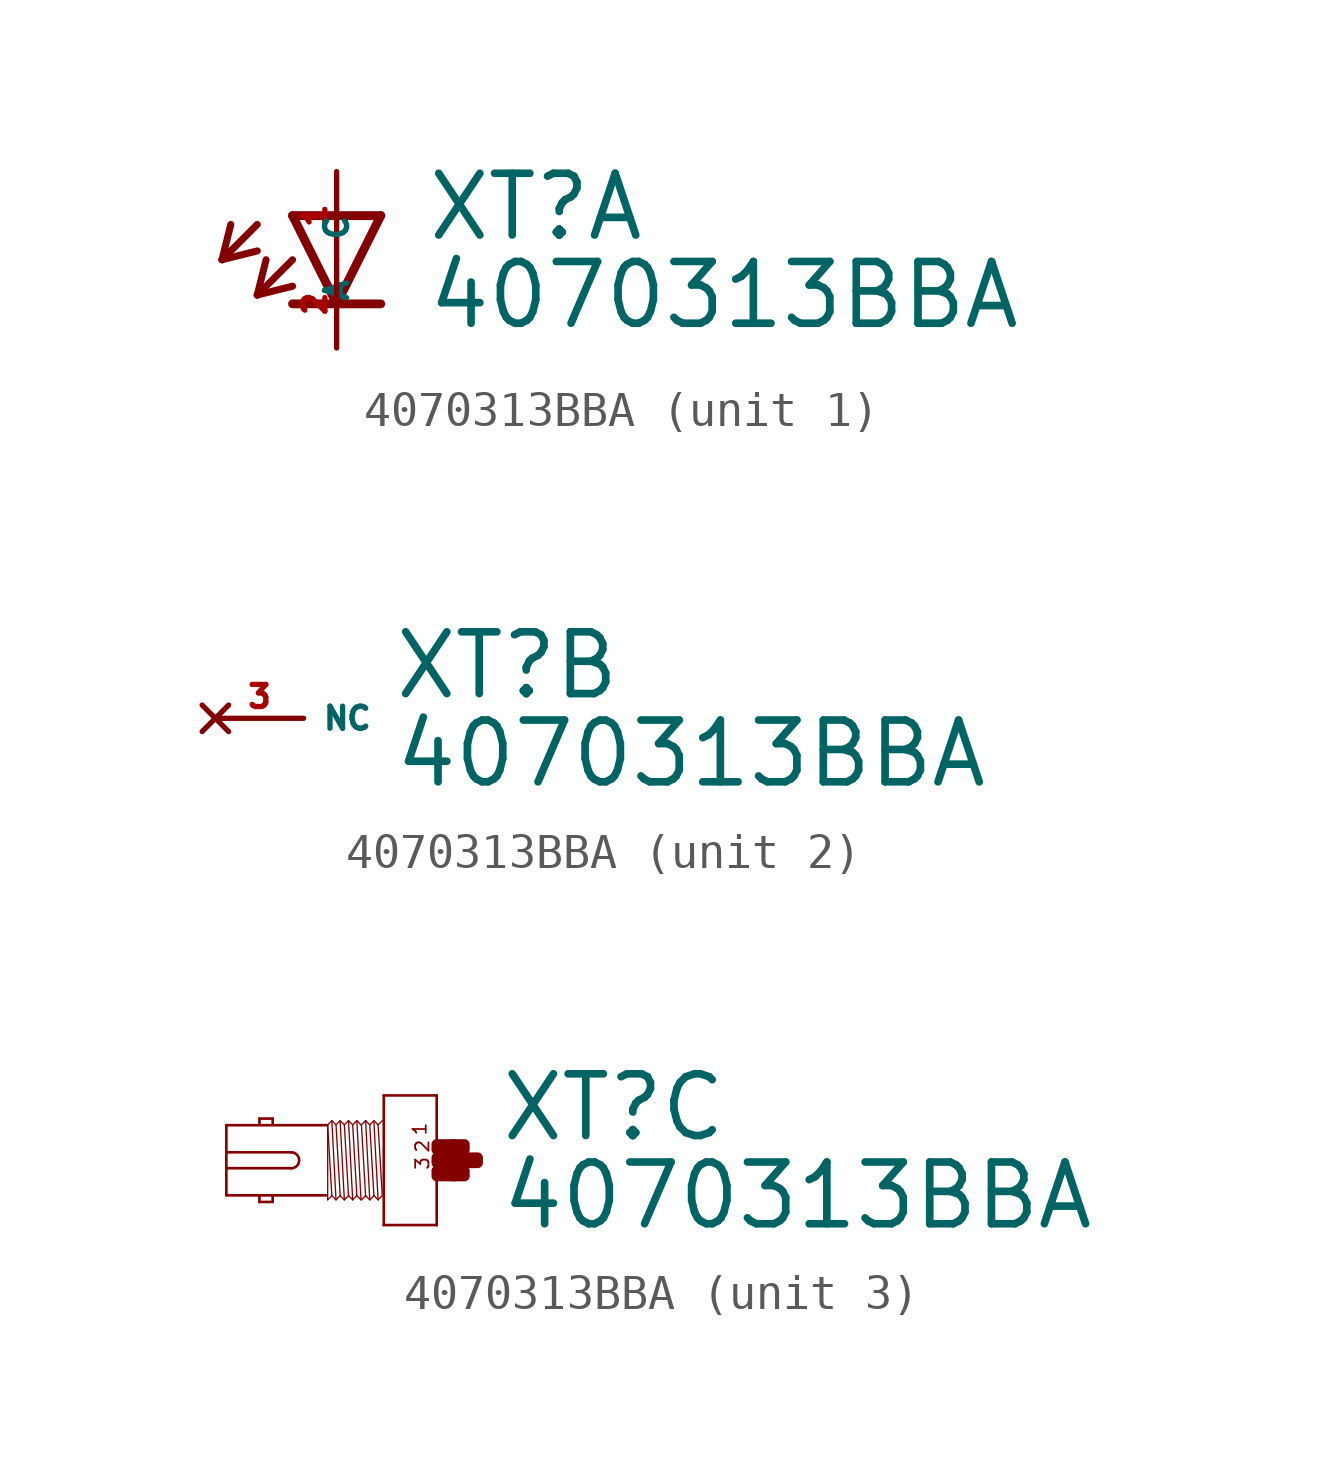
<source format=kicad_sym>
(kicad_symbol_lib
  (version 20220914)
  (generator Eagle2Kicad)
  (symbol "4070313BBA"
    (property "Reference" "XT"
      (at 2.54 0.483 0)
      (effects (font (size 1.778 1.778) (thickness 0.22)) (justify left bottom)))
    (property "Value" "4070313BBA"
      (at 2.54 -2.057 0)
      (effects (font (size 1.778 1.778) (thickness 0.22)) (justify left bottom)))
    (symbol "4070313BBA_1_0"
      (polyline (pts (xy -1.27 1.27) (xy 0 -1.27)) (stroke (width 0.254) (type default)) (fill (type none)))
      (polyline (pts (xy 0 -1.27) (xy 1.27 1.27)) (stroke (width 0.254) (type default)) (fill (type none)))
      (polyline (pts (xy 1.27 -1.27) (xy 0 -1.27)) (stroke (width 0.254) (type default)) (fill (type none)))
      (polyline (pts (xy 1.27 1.27) (xy -1.27 1.27)) (stroke (width 0.254) (type default)) (fill (type none)))
      (polyline (pts (xy 0 -1.27) (xy -1.27 -1.27)) (stroke (width 0.254) (type default)) (fill (type none)))
      (polyline (pts (xy -2.286 1.016) (xy -3.302 0)) (stroke (width 0.203) (type default)) (fill (type none)))
      (polyline (pts (xy -3.302 0) (xy -2.286 0.254)) (stroke (width 0.203) (type default)) (fill (type none)))
      (polyline (pts (xy -3.302 0) (xy -3.048 1.016)) (stroke (width 0.203) (type default)) (fill (type none)))
      (polyline (pts (xy -1.27 0) (xy -2.286 -1.016)) (stroke (width 0.203) (type default)) (fill (type none)))
      (polyline (pts (xy -2.286 -1.016) (xy -1.27 -0.762)) (stroke (width 0.203) (type default)) (fill (type none)))
      (polyline (pts (xy -2.286 -1.016) (xy -2.032 0)) (stroke (width 0.203) (type default)) (fill (type none)))
      (pin passive line (at 0 2.54 270) (length 2.54) (name "A" (effects (font (size 0.635 0.635) (thickness 0.08)) (justify left bottom))) (number "1" (effects (font (size 0.635 0.635) (thickness 0.08)) (justify left bottom))))
      (pin passive line (at 0 -2.54 90) (length 2.54) (name "C" (effects (font (size 0.635 0.635) (thickness 0.08)) (justify left bottom))) (number "2" (effects (font (size 0.635 0.635) (thickness 0.08)) (justify left bottom)))))
    (symbol "4070313BBA_2_0"
      (pin no_connect line (at -2.54 0 0) (length 2.54) (name "NC" (effects (font (size 0.635 0.635) (thickness 0.08)) (justify left bottom) hide)) (number "3" (effects (font (size 0.635 0.635) (thickness 0.08)) (justify left bottom) hide))))
    (symbol "4070313BBA_3_0"
      (polyline (pts (xy 0.762 1.867) (xy 0.762 -1.867)) (stroke (width 0.076) (type default)) (fill (type none)))
      (polyline (pts (xy 0.762 -1.867) (xy -0.762 -1.867)) (stroke (width 0.076) (type default)) (fill (type none)))
      (polyline (pts (xy -0.762 -1.867) (xy -0.762 1.867)) (stroke (width 0.076) (type default)) (fill (type none)))
      (polyline (pts (xy -0.762 1.867) (xy 0.762 1.867)) (stroke (width 0.076) (type default)) (fill (type none)))
      (polyline (pts (xy -2.419 1.01) (xy -5.296 1.01)) (stroke (width 0.076) (type default)) (fill (type none)))
      (polyline (pts (xy -5.296 1.01) (xy -5.296 0.229)) (stroke (width 0.076) (type default)) (fill (type none)))
      (polyline (pts (xy -5.296 0.229) (xy -5.296 -0.229)) (stroke (width 0.076) (type default)) (fill (type none)))
      (polyline (pts (xy -5.296 -0.229) (xy -5.296 -1.01)) (stroke (width 0.076) (type default)) (fill (type none)))
      (polyline (pts (xy -5.296 -1.01) (xy -2.419 -1.01)) (stroke (width 0.076) (type default)) (fill (type none)))
      (polyline (pts (xy -3.962 -1.029) (xy -3.962 -1.2)) (stroke (width 0.076) (type default)) (fill (type none)))
      (polyline (pts (xy -3.962 -1.2) (xy -4.343 -1.2)) (stroke (width 0.076) (type default)) (fill (type none)))
      (polyline (pts (xy -4.343 -1.2) (xy -4.343 -1.029)) (stroke (width 0.076) (type default)) (fill (type none)))
      (polyline (pts (xy -4.343 1.029) (xy -4.343 1.2)) (stroke (width 0.076) (type default)) (fill (type none)))
      (polyline (pts (xy -4.343 1.2) (xy -3.962 1.2)) (stroke (width 0.076) (type default)) (fill (type none)))
      (polyline (pts (xy -3.962 1.2) (xy -3.962 1.029)) (stroke (width 0.076) (type default)) (fill (type none)))
      (polyline (pts (xy -2.258 1.14) (xy -2.138 -1.14)) (stroke (width 0.038) (type default)) (fill (type none)))
      (polyline (pts (xy -2.018 1.099) (xy -1.898 -1.14)) (stroke (width 0.038) (type default)) (fill (type none)))
      (polyline (pts (xy -1.898 1.02) (xy -1.778 -1.02)) (stroke (width 0.038) (type default)) (fill (type none)))
      (polyline (pts (xy -1.778 1.14) (xy -1.658 -1.14)) (stroke (width 0.038) (type default)) (fill (type none)))
      (polyline (pts (xy -1.538 1.14) (xy -1.418 -1.14)) (stroke (width 0.038) (type default)) (fill (type none)))
      (polyline (pts (xy -2.378 -1.14) (xy -2.378 0.999)) (stroke (width 0.038) (type default)) (fill (type none)))
      (polyline (pts (xy -2.378 -1.14) (xy -2.258 -1.02)) (stroke (width 0.038) (type default)) (fill (type none)))
      (polyline (pts (xy -2.258 -1.02) (xy -2.138 -1.14)) (stroke (width 0.038) (type default)) (fill (type none)))
      (polyline (pts (xy -2.138 -1.14) (xy -2.018 -1.02)) (stroke (width 0.038) (type default)) (fill (type none)))
      (polyline (pts (xy -2.018 -1.02) (xy -1.898 -1.14)) (stroke (width 0.038) (type default)) (fill (type none)))
      (polyline (pts (xy -1.898 -1.14) (xy -1.778 -1.02)) (stroke (width 0.038) (type default)) (fill (type none)))
      (polyline (pts (xy -1.778 -1.02) (xy -1.658 -1.14)) (stroke (width 0.038) (type default)) (fill (type none)))
      (polyline (pts (xy -1.658 -1.14) (xy -1.538 -1.02)) (stroke (width 0.038) (type default)) (fill (type none)))
      (polyline (pts (xy -1.538 -1.02) (xy -1.418 -1.14)) (stroke (width 0.038) (type default)) (fill (type none)))
      (polyline (pts (xy -2.378 1.02) (xy -2.258 1.14)) (stroke (width 0.038) (type default)) (fill (type none)))
      (polyline (pts (xy -2.258 1.14) (xy -2.138 1.02)) (stroke (width 0.038) (type default)) (fill (type none)))
      (polyline (pts (xy -2.138 1.02) (xy -2.018 1.14)) (stroke (width 0.038) (type default)) (fill (type none)))
      (polyline (pts (xy -2.018 1.14) (xy -1.898 1.02)) (stroke (width 0.038) (type default)) (fill (type none)))
      (polyline (pts (xy -1.898 1.02) (xy -1.778 1.14)) (stroke (width 0.038) (type default)) (fill (type none)))
      (polyline (pts (xy -1.778 1.14) (xy -1.658 1.02)) (stroke (width 0.038) (type default)) (fill (type none)))
      (polyline (pts (xy -1.658 1.02) (xy -1.538 1.14)) (stroke (width 0.038) (type default)) (fill (type none)))
      (polyline (pts (xy -1.538 1.14) (xy -1.418 1.02)) (stroke (width 0.038) (type default)) (fill (type none)))
      (polyline (pts (xy -2.138 1.02) (xy -2.018 -1.02)) (stroke (width 0.038) (type default)) (fill (type none)))
      (polyline (pts (xy -1.658 1.02) (xy -1.538 -1.02)) (stroke (width 0.038) (type default)) (fill (type none)))
      (polyline (pts (xy -2.378 1.02) (xy -2.258 -1.02)) (stroke (width 0.038) (type default)) (fill (type none)))
      (polyline (pts (xy -1.286 1.14) (xy -1.166 -1.14)) (stroke (width 0.038) (type default)) (fill (type none)))
      (polyline (pts (xy -1.046 1.099) (xy -0.926 -1.14)) (stroke (width 0.038) (type default)) (fill (type none)))
      (polyline (pts (xy -0.926 1.02) (xy -0.806 -1.02)) (stroke (width 0.038) (type default)) (fill (type none)))
      (polyline (pts (xy -1.406 -1.14) (xy -1.286 -1.02)) (stroke (width 0.038) (type default)) (fill (type none)))
      (polyline (pts (xy -1.286 -1.02) (xy -1.166 -1.14)) (stroke (width 0.038) (type default)) (fill (type none)))
      (polyline (pts (xy -1.166 -1.14) (xy -1.046 -1.02)) (stroke (width 0.038) (type default)) (fill (type none)))
      (polyline (pts (xy -1.046 -1.02) (xy -0.926 -1.14)) (stroke (width 0.038) (type default)) (fill (type none)))
      (polyline (pts (xy -0.926 -1.14) (xy -0.806 -1.02)) (stroke (width 0.038) (type default)) (fill (type none)))
      (polyline (pts (xy -1.406 1.02) (xy -1.286 1.14)) (stroke (width 0.038) (type default)) (fill (type none)))
      (polyline (pts (xy -1.286 1.14) (xy -1.166 1.02)) (stroke (width 0.038) (type default)) (fill (type none)))
      (polyline (pts (xy -1.166 1.02) (xy -1.046 1.14)) (stroke (width 0.038) (type default)) (fill (type none)))
      (polyline (pts (xy -1.046 1.14) (xy -0.926 1.02)) (stroke (width 0.038) (type default)) (fill (type none)))
      (polyline (pts (xy -0.926 1.02) (xy -0.806 1.14)) (stroke (width 0.038) (type default)) (fill (type none)))
      (polyline (pts (xy -1.166 1.02) (xy -1.046 -1.02)) (stroke (width 0.038) (type default)) (fill (type none)))
      (polyline (pts (xy -1.406 1.02) (xy -1.286 -1.02)) (stroke (width 0.038) (type default)) (fill (type none)))
      (polyline (pts (xy -5.296 -0.229) (xy -3.429 -0.229)) (stroke (width 0.076) (type default)) (fill (type none)))
      (polyline (pts (xy -3.429 0.229) (xy -5.296 0.229)) (stroke (width 0.076) (type default)) (fill (type none)))
      (arc (start -3.429 -0.2286) (mid -3.200 0.000) (end -3.429 0.2286) (stroke (width 0.0762) (type default)) (fill (type none)))
      (text "1" (at 0.495 0.686 1800) (effects (font (size 0.381 0.381) (thickness 0.05)) (justify left bottom)))
      (text "3" (at 0.572 -0.305 1800) (effects (font (size 0.381 0.381) (thickness 0.05)) (justify left bottom)))
      (text "2" (at 0.572 0.191 1800) (effects (font (size 0.381 0.381) (thickness 0.05)) (justify left bottom)))
      (rectangle (start 0.762 -0.457) (end 1.257 -0.305) (stroke (width 0.3) (type default)) (fill (type outline)))
      (rectangle (start 0.762 -0.076) (end 1.638 0.076) (stroke (width 0.3) (type default)) (fill (type outline)))
      (rectangle (start 1.219 -0.457) (end 1.562 -0.305) (stroke (width 0.3) (type default)) (fill (type outline)))
      (rectangle (start 1.6 -0.076) (end 1.943 0.076) (stroke (width 0.3) (type default)) (fill (type outline)))
      (rectangle (start 1.219 0.305) (end 1.562 0.457) (stroke (width 0.3) (type default)) (fill (type outline)))
      (rectangle (start 0.762 0.305) (end 1.257 0.457) (stroke (width 0.3) (type default)) (fill (type outline))))))
</source>
